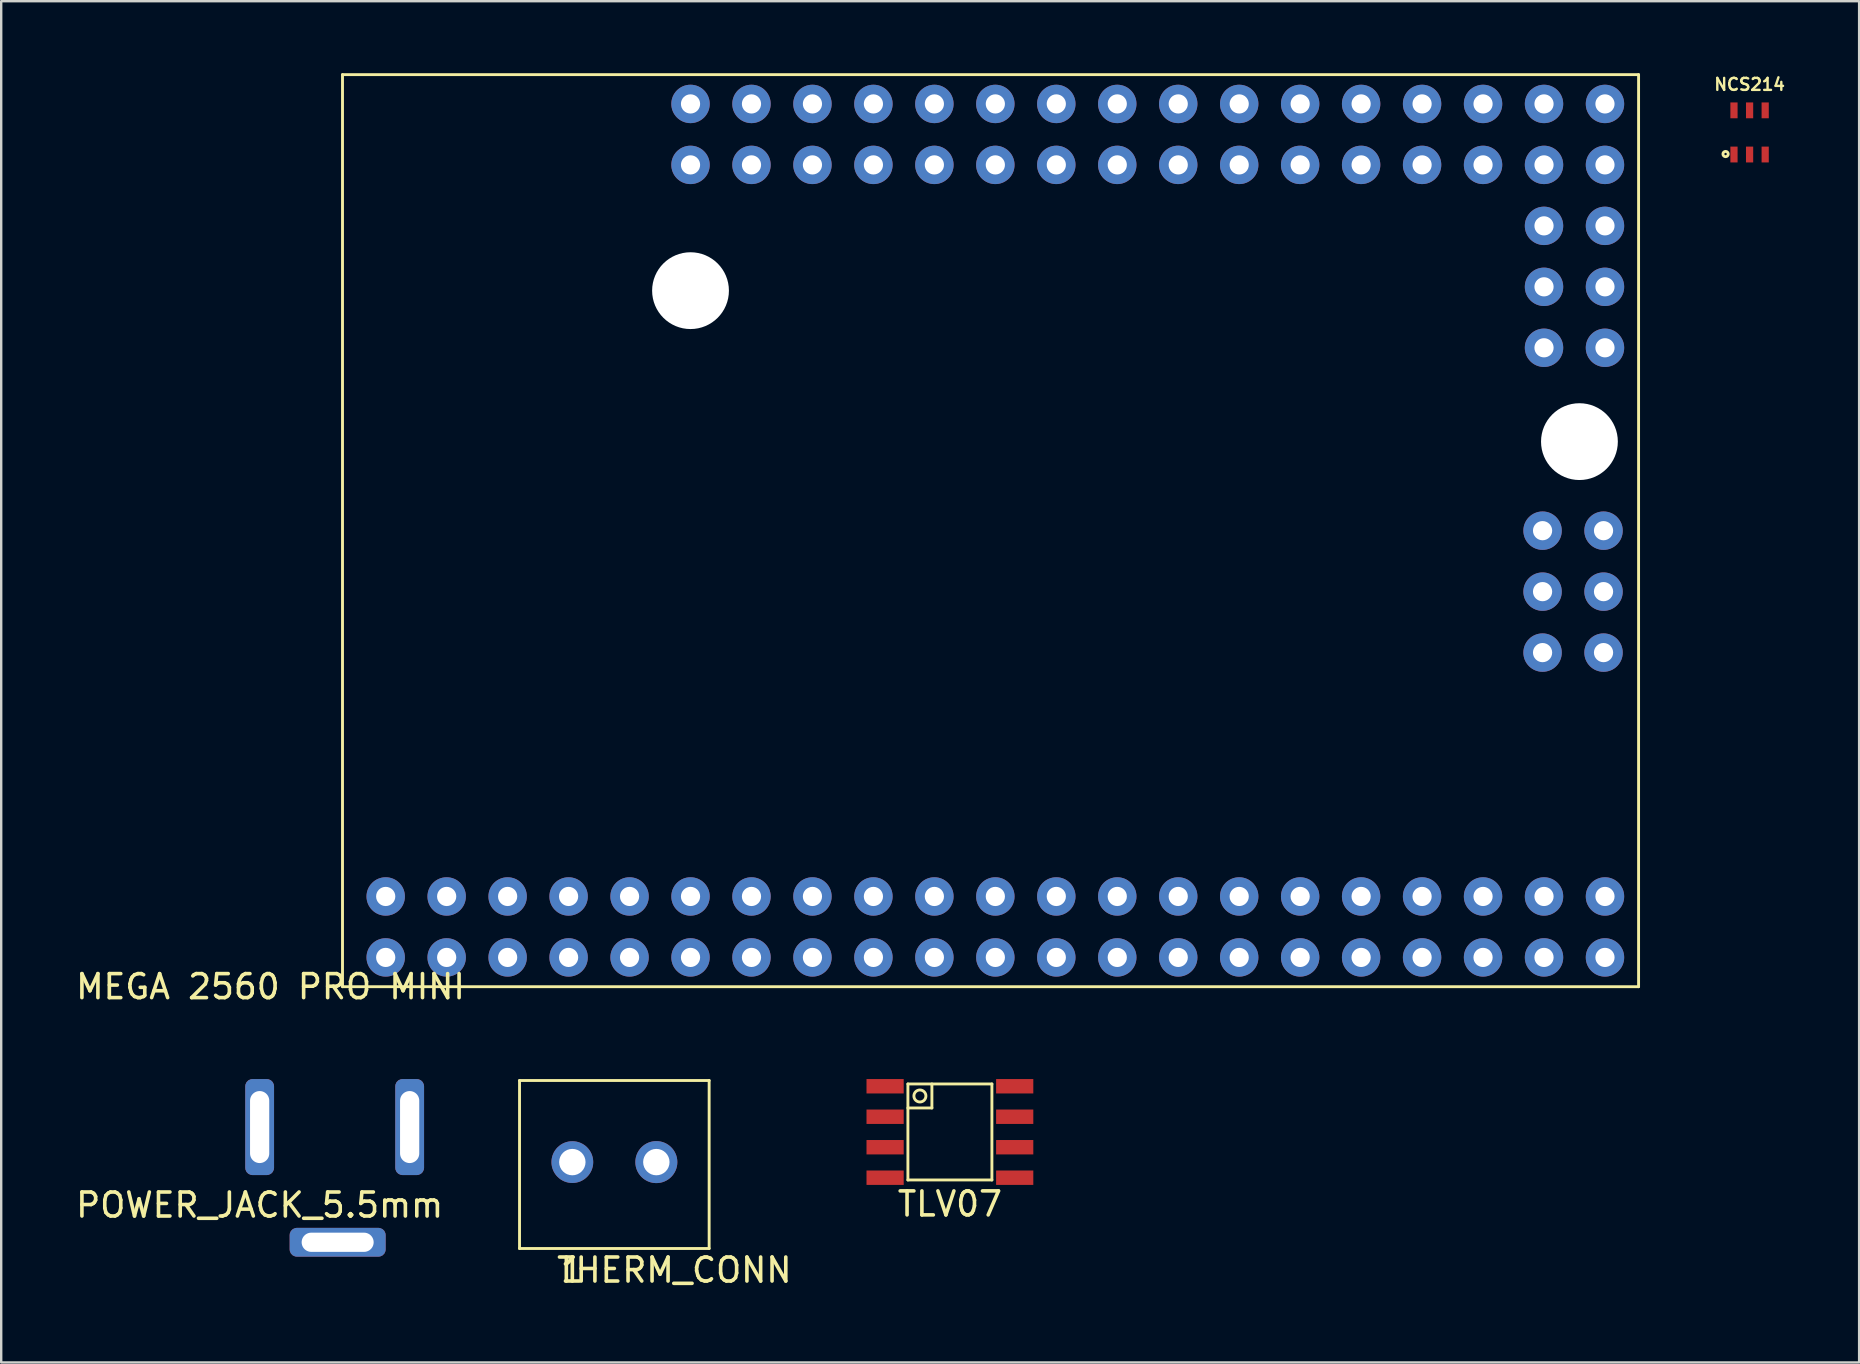
<source format=kicad_pcb>
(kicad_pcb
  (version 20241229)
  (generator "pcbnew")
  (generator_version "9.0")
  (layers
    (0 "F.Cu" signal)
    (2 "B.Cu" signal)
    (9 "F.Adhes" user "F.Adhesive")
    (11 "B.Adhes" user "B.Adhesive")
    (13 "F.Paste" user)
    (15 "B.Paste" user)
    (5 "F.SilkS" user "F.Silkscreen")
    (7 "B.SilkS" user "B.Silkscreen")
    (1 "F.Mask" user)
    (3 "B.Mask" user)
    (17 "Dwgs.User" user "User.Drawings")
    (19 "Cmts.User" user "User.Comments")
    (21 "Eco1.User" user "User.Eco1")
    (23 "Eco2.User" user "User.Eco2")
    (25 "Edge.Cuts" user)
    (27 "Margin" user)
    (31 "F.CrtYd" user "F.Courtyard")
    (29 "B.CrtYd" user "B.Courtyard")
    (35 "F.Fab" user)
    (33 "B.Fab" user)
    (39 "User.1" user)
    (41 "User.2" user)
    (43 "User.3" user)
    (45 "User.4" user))
  (footprint "NCS214"
    (layer "F.Cu")
    (at 69.845 2.468)
    (property "Reference" "NCS214" (at 0 -2 0) (layer "F.SilkS") (effects (font (size 0.5 0.5) (thickness 0.1))))
    (attr through_hole)
    (fp_circle (center -1 0.9) (end -0.95 0.9) (stroke (width 0.12) (type solid)) (fill no) (layer "F.SilkS"))
    (pad "1" smd rect (at -0.65 0.92) (size 0.3 0.66) (layers "F.Cu" "F.Mask" "F.Paste"))
    (pad "2" smd rect (at 0 0.92) (size 0.3 0.66) (layers "F.Cu" "F.Mask" "F.Paste"))
    (pad "3" smd rect (at 0.65 0.92) (size 0.3 0.66) (layers "F.Cu" "F.Mask" "F.Paste"))
    (pad "4" smd rect (at 0.65 -0.92) (size 0.3 0.66) (layers "F.Cu" "F.Mask" "F.Paste"))
    (pad "5" smd rect (at 0 -0.92) (size 0.3 0.66) (layers "F.Cu" "F.Mask" "F.Paste"))
    (pad "6" smd rect (at -0.65 -0.92) (size 0.3 0.66) (layers "F.Cu" "F.Mask" "F.Paste")))
  (footprint "POWER_JACK_5.5mm"
    (layer "F.Cu")
    (at 7.768 43.908)
    (property "Reference" "POWER_JACK_5.5mm" (at 0 3.25 0) (layer "F.SilkS") (effects (font (size 1 1) (thickness 0.15))))
    (attr through_hole)
    (pad "1" thru_hole roundrect (at 6.25 0 90) (size 4 1.2) (drill oval 3 0.8) (layers "*.Cu" "*.Mask") (roundrect_rratio 0.25))
    (pad "2" thru_hole roundrect (at 0 0 90) (size 4 1.2) (drill oval 3 0.8) (layers "*.Cu" "*.Mask") (roundrect_rratio 0.25))
    (pad "2" thru_hole roundrect (at 3.25 4.8) (size 4 1.2) (drill oval 3 0.8) (layers "*.Cu" "*.Mask") (roundrect_rratio 0.25)))
  (footprint "MEGA 2560 PRO MINI"
    (layer "F.Cu")
    (at 11.22 38.06)
    (property "Reference" "MEGA 2560 PRO MINI" (at -3 0 0) (layer "F.SilkS") (effects (font (size 1 1) (thickness 0.15))))
    (attr through_hole)
    (fp_line (start 0 -38) (end 54 -38) (stroke (width 0.12) (type solid)) (layer "F.SilkS"))
    (fp_line (start 0 0) (end 0 -38) (stroke (width 0.12) (type solid)) (layer "F.SilkS"))
    (fp_line (start 54 -38) (end 54 0) (stroke (width 0.12) (type solid)) (layer "F.SilkS"))
    (fp_line (start 54 0) (end 0 0) (stroke (width 0.12) (type solid)) (layer "F.SilkS"))
    (pad "" np_thru_hole circle (at 14.5 -29) (size 3.2 3.2) (drill 3.2) (layers "*.Cu" "*.Mask"))
    (pad "" np_thru_hole circle (at 51.536 -22.71) (size 3.2 3.2) (drill 3.2) (layers "*.Cu" "*.Mask"))
    (pad "1" thru_hole circle (at 1.8 -3.76) (size 1.6 1.6) (drill 0.8) (layers "*.Cu" "*.Mask"))
    (pad "2" thru_hole circle (at 1.8 -1.22) (size 1.6 1.6) (drill 0.8) (layers "*.Cu" "*.Mask"))
    (pad "3" thru_hole circle (at 4.34 -3.76) (size 1.6 1.6) (drill 0.8) (layers "*.Cu" "*.Mask"))
    (pad "4" thru_hole circle (at 4.34 -1.22) (size 1.6 1.6) (drill 0.8) (layers "*.Cu" "*.Mask"))
    (pad "5" thru_hole circle (at 6.88 -3.76) (size 1.6 1.6) (drill 0.8) (layers "*.Cu" "*.Mask"))
    (pad "6" thru_hole circle (at 6.88 -1.22) (size 1.6 1.6) (drill 0.8) (layers "*.Cu" "*.Mask"))
    (pad "7" thru_hole circle (at 9.42 -3.76) (size 1.6 1.6) (drill 0.8) (layers "*.Cu" "*.Mask"))
    (pad "8" thru_hole circle (at 9.42 -1.22) (size 1.6 1.6) (drill 0.8) (layers "*.Cu" "*.Mask"))
    (pad "9" thru_hole circle (at 11.96 -3.76) (size 1.6 1.6) (drill 0.8) (layers "*.Cu" "*.Mask"))
    (pad "10" thru_hole circle (at 11.96 -1.22) (size 1.6 1.6) (drill 0.8) (layers "*.Cu" "*.Mask"))
    (pad "11" thru_hole circle (at 14.5 -3.76) (size 1.6 1.6) (drill 0.8) (layers "*.Cu" "*.Mask"))
    (pad "12" thru_hole circle (at 14.5 -1.22) (size 1.6 1.6) (drill 0.8) (layers "*.Cu" "*.Mask"))
    (pad "13" thru_hole circle (at 17.04 -3.76) (size 1.6 1.6) (drill 0.8) (layers "*.Cu" "*.Mask"))
    (pad "14" thru_hole circle (at 17.04 -1.22) (size 1.6 1.6) (drill 0.8) (layers "*.Cu" "*.Mask"))
    (pad "15" thru_hole circle (at 19.58 -3.76) (size 1.6 1.6) (drill 0.8) (layers "*.Cu" "*.Mask"))
    (pad "16" thru_hole circle (at 19.58 -1.22) (size 1.6 1.6) (drill 0.8) (layers "*.Cu" "*.Mask"))
    (pad "17" thru_hole circle (at 22.12 -3.76) (size 1.6 1.6) (drill 0.8) (layers "*.Cu" "*.Mask"))
    (pad "18" thru_hole circle (at 22.12 -1.22) (size 1.6 1.6) (drill 0.8) (layers "*.Cu" "*.Mask"))
    (pad "19" thru_hole circle (at 24.66 -3.76) (size 1.6 1.6) (drill 0.8) (layers "*.Cu" "*.Mask"))
    (pad "20" thru_hole circle (at 24.66 -1.22) (size 1.6 1.6) (drill 0.8) (layers "*.Cu" "*.Mask"))
    (pad "21" thru_hole circle (at 27.2 -3.76) (size 1.6 1.6) (drill 0.8) (layers "*.Cu" "*.Mask"))
    (pad "22" thru_hole circle (at 27.2 -1.22) (size 1.6 1.6) (drill 0.8) (layers "*.Cu" "*.Mask"))
    (pad "23" thru_hole circle (at 29.74 -3.76) (size 1.6 1.6) (drill 0.8) (layers "*.Cu" "*.Mask"))
    (pad "24" thru_hole circle (at 29.74 -1.22) (size 1.6 1.6) (drill 0.8) (layers "*.Cu" "*.Mask"))
    (pad "25" thru_hole circle (at 32.28 -3.76) (size 1.6 1.6) (drill 0.8) (layers "*.Cu" "*.Mask"))
    (pad "26" thru_hole circle (at 32.28 -1.22) (size 1.6 1.6) (drill 0.8) (layers "*.Cu" "*.Mask"))
    (pad "27" thru_hole circle (at 34.82 -3.76) (size 1.6 1.6) (drill 0.8) (layers "*.Cu" "*.Mask"))
    (pad "28" thru_hole circle (at 34.82 -1.22) (size 1.6 1.6) (drill 0.8) (layers "*.Cu" "*.Mask"))
    (pad "29" thru_hole circle (at 37.36 -3.76) (size 1.6 1.6) (drill 0.8) (layers "*.Cu" "*.Mask"))
    (pad "30" thru_hole circle (at 37.36 -1.22) (size 1.6 1.6) (drill 0.8) (layers "*.Cu" "*.Mask"))
    (pad "31" thru_hole circle (at 39.9 -3.76) (size 1.6 1.6) (drill 0.8) (layers "*.Cu" "*.Mask"))
    (pad "32" thru_hole circle (at 39.9 -1.22) (size 1.6 1.6) (drill 0.8) (layers "*.Cu" "*.Mask"))
    (pad "33" thru_hole circle (at 42.44 -3.76) (size 1.6 1.6) (drill 0.8) (layers "*.Cu" "*.Mask"))
    (pad "34" thru_hole circle (at 42.44 -1.22) (size 1.6 1.6) (drill 0.8) (layers "*.Cu" "*.Mask"))
    (pad "35" thru_hole circle (at 44.98 -3.76) (size 1.6 1.6) (drill 0.8) (layers "*.Cu" "*.Mask"))
    (pad "36" thru_hole circle (at 44.98 -1.22) (size 1.6 1.6) (drill 0.8) (layers "*.Cu" "*.Mask"))
    (pad "37" thru_hole circle (at 47.52 -3.76) (size 1.6 1.6) (drill 0.8) (layers "*.Cu" "*.Mask"))
    (pad "38" thru_hole circle (at 47.52 -1.22) (size 1.6 1.6) (drill 0.8) (layers "*.Cu" "*.Mask"))
    (pad "39" thru_hole circle (at 50.06 -3.76) (size 1.6 1.6) (drill 0.8) (layers "*.Cu" "*.Mask"))
    (pad "40" thru_hole circle (at 50.06 -1.22) (size 1.6 1.6) (drill 0.8) (layers "*.Cu" "*.Mask"))
    (pad "41" thru_hole circle (at 52.6 -3.76) (size 1.6 1.6) (drill 0.8) (layers "*.Cu" "*.Mask"))
    (pad "42" thru_hole circle (at 52.6 -1.22) (size 1.6 1.6) (drill 0.8) (layers "*.Cu" "*.Mask"))
    (pad "43" thru_hole circle (at 14.5 -36.78) (size 1.6 1.6) (drill 0.8) (layers "*.Cu" "*.Mask"))
    (pad "44" thru_hole circle (at 14.5 -34.24) (size 1.6 1.6) (drill 0.8) (layers "*.Cu" "*.Mask"))
    (pad "45" thru_hole circle (at 17.04 -36.78) (size 1.6 1.6) (drill 0.8) (layers "*.Cu" "*.Mask"))
    (pad "46" thru_hole circle (at 17.04 -34.24) (size 1.6 1.6) (drill 0.8) (layers "*.Cu" "*.Mask"))
    (pad "47" thru_hole circle (at 19.58 -36.78) (size 1.6 1.6) (drill 0.8) (layers "*.Cu" "*.Mask"))
    (pad "48" thru_hole circle (at 19.58 -34.24) (size 1.6 1.6) (drill 0.8) (layers "*.Cu" "*.Mask"))
    (pad "49" thru_hole circle (at 22.12 -36.78) (size 1.6 1.6) (drill 0.8) (layers "*.Cu" "*.Mask"))
    (pad "50" thru_hole circle (at 22.12 -34.24) (size 1.6 1.6) (drill 0.8) (layers "*.Cu" "*.Mask"))
    (pad "51" thru_hole circle (at 24.66 -36.78) (size 1.6 1.6) (drill 0.8) (layers "*.Cu" "*.Mask"))
    (pad "52" thru_hole circle (at 24.66 -34.24) (size 1.6 1.6) (drill 0.8) (layers "*.Cu" "*.Mask"))
    (pad "53" thru_hole circle (at 27.2 -36.78) (size 1.6 1.6) (drill 0.8) (layers "*.Cu" "*.Mask"))
    (pad "54" thru_hole circle (at 27.2 -34.24) (size 1.6 1.6) (drill 0.8) (layers "*.Cu" "*.Mask"))
    (pad "55" thru_hole circle (at 29.74 -36.78) (size 1.6 1.6) (drill 0.8) (layers "*.Cu" "*.Mask"))
    (pad "56" thru_hole circle (at 29.74 -34.24) (size 1.6 1.6) (drill 0.8) (layers "*.Cu" "*.Mask"))
    (pad "57" thru_hole circle (at 32.28 -36.78) (size 1.6 1.6) (drill 0.8) (layers "*.Cu" "*.Mask"))
    (pad "58" thru_hole circle (at 32.28 -34.24) (size 1.6 1.6) (drill 0.8) (layers "*.Cu" "*.Mask"))
    (pad "59" thru_hole circle (at 34.82 -36.78) (size 1.6 1.6) (drill 0.8) (layers "*.Cu" "*.Mask"))
    (pad "60" thru_hole circle (at 34.82 -34.24) (size 1.6 1.6) (drill 0.8) (layers "*.Cu" "*.Mask"))
    (pad "61" thru_hole circle (at 37.36 -36.78) (size 1.6 1.6) (drill 0.8) (layers "*.Cu" "*.Mask"))
    (pad "62" thru_hole circle (at 37.36 -34.24) (size 1.6 1.6) (drill 0.8) (layers "*.Cu" "*.Mask"))
    (pad "63" thru_hole circle (at 39.9 -36.78) (size 1.6 1.6) (drill 0.8) (layers "*.Cu" "*.Mask"))
    (pad "64" thru_hole circle (at 39.9 -34.24) (size 1.6 1.6) (drill 0.8) (layers "*.Cu" "*.Mask"))
    (pad "65" thru_hole circle (at 42.44 -36.78) (size 1.6 1.6) (drill 0.8) (layers "*.Cu" "*.Mask"))
    (pad "66" thru_hole circle (at 42.44 -34.24) (size 1.6 1.6) (drill 0.8) (layers "*.Cu" "*.Mask"))
    (pad "67" thru_hole circle (at 44.98 -36.78) (size 1.6 1.6) (drill 0.8) (layers "*.Cu" "*.Mask"))
    (pad "68" thru_hole circle (at 44.98 -34.24) (size 1.6 1.6) (drill 0.8) (layers "*.Cu" "*.Mask"))
    (pad "69" thru_hole circle (at 47.52 -36.78) (size 1.6 1.6) (drill 0.8) (layers "*.Cu" "*.Mask"))
    (pad "70" thru_hole circle (at 47.52 -34.24) (size 1.6 1.6) (drill 0.8) (layers "*.Cu" "*.Mask"))
    (pad "71" thru_hole circle (at 50.06 -36.78) (size 1.6 1.6) (drill 0.8) (layers "*.Cu" "*.Mask"))
    (pad "72" thru_hole circle (at 50.06 -34.24) (size 1.6 1.6) (drill 0.8) (layers "*.Cu" "*.Mask"))
    (pad "73" thru_hole circle (at 52.6 -36.78) (size 1.6 1.6) (drill 0.8) (layers "*.Cu" "*.Mask"))
    (pad "74" thru_hole circle (at 52.6 -34.24) (size 1.6 1.6) (drill 0.8) (layers "*.Cu" "*.Mask"))
    (pad "75" thru_hole circle (at 52.6 -31.7) (size 1.6 1.6) (drill 0.8) (layers "*.Cu" "*.Mask"))
    (pad "76" thru_hole circle (at 50.06 -31.7) (size 1.6 1.6) (drill 0.8) (layers "*.Cu" "*.Mask"))
    (pad "77" thru_hole circle (at 52.6 -29.16) (size 1.6 1.6) (drill 0.8) (layers "*.Cu" "*.Mask"))
    (pad "78" thru_hole circle (at 50.06 -29.16) (size 1.6 1.6) (drill 0.8) (layers "*.Cu" "*.Mask"))
    (pad "79" thru_hole circle (at 52.6 -26.62) (size 1.6 1.6) (drill 0.8) (layers "*.Cu" "*.Mask"))
    (pad "80" thru_hole circle (at 50.06 -26.62) (size 1.6 1.6) (drill 0.8) (layers "*.Cu" "*.Mask"))
    (pad "81" thru_hole circle (at 52.54 -19) (size 1.6 1.6) (drill 0.8) (layers "*.Cu" "*.Mask"))
    (pad "82" thru_hole circle (at 50 -19) (size 1.6 1.6) (drill 0.8) (layers "*.Cu" "*.Mask"))
    (pad "83" thru_hole circle (at 52.54 -16.46) (size 1.6 1.6) (drill 0.8) (layers "*.Cu" "*.Mask"))
    (pad "84" thru_hole circle (at 50 -16.46) (size 1.6 1.6) (drill 0.8) (layers "*.Cu" "*.Mask"))
    (pad "85" thru_hole circle (at 52.54 -13.92) (size 1.6 1.6) (drill 0.8) (layers "*.Cu" "*.Mask"))
    (pad "86" thru_hole circle (at 50 -13.92) (size 1.6 1.6) (drill 0.8) (layers "*.Cu" "*.Mask")))
  (footprint "TLV07"
    (layer "F.Cu")
    (at 36.527 44.113)
    (property "Reference" "TLV07" (at 0 3 0) (layer "F.SilkS") (effects (font (size 1 1) (thickness 0.15))))
    (attr through_hole)
    (fp_line (start -1.75 -2) (end -1.75 2) (stroke (width 0.12) (type solid)) (layer "F.SilkS"))
    (fp_line (start -1.75 -1) (end -0.75 -1) (stroke (width 0.12) (type solid)) (layer "F.SilkS"))
    (fp_line (start -1.75 2) (end 1.75 2) (stroke (width 0.12) (type solid)) (layer "F.SilkS"))
    (fp_line (start -0.75 -1) (end -0.75 -2) (stroke (width 0.12) (type solid)) (layer "F.SilkS"))
    (fp_line (start 1.75 -2) (end -1.75 -2) (stroke (width 0.12) (type solid)) (layer "F.SilkS"))
    (fp_line (start 1.75 2) (end 1.75 -2) (stroke (width 0.12) (type solid)) (layer "F.SilkS"))
    (fp_circle (center -1.25 -1.5) (end -1.5 -1.5) (stroke (width 0.12) (type solid)) (fill no) (layer "F.SilkS"))
    (pad "1" smd rect (at -2.7 -1.905) (size 1.55 0.6) (layers "F.Cu" "F.Mask" "F.Paste"))
    (pad "2" smd rect (at -2.7 -0.635) (size 1.55 0.6) (layers "F.Cu" "F.Mask" "F.Paste"))
    (pad "3" smd rect (at -2.7 0.635) (size 1.55 0.6) (layers "F.Cu" "F.Mask" "F.Paste"))
    (pad "4" smd rect (at -2.7 1.905) (size 1.55 0.6) (layers "F.Cu" "F.Mask" "F.Paste"))
    (pad "5" smd rect (at 2.7 1.905) (size 1.55 0.6) (layers "F.Cu" "F.Mask" "F.Paste"))
    (pad "6" smd rect (at 2.7 0.635) (size 1.55 0.6) (layers "F.Cu" "F.Mask" "F.Paste"))
    (pad "7" smd rect (at 2.7 -0.635) (size 1.55 0.6) (layers "F.Cu" "F.Mask" "F.Paste"))
    (pad "8" smd rect (at 2.7 -1.905) (size 1.55 0.6) (layers "F.Cu" "F.Mask" "F.Paste")))
  (footprint "THERM_CONN"
    (layer "F.Cu")
    (at 22.546 45.368)
    (property "Reference" "THERM_CONN" (at 2.5 4.5 0) (layer "F.SilkS") (effects (font (size 1 1) (thickness 0.15))))
    (attr through_hole)
    (fp_line (start -3.95 -3.4) (end -3.95 3.6) (stroke (width 0.12) (type solid)) (layer "F.SilkS"))
    (fp_line (start -3.95 -3.4) (end 3.95 -3.4) (stroke (width 0.12) (type solid)) (layer "F.SilkS"))
    (fp_line (start -3.95 3.6) (end 3.95 3.6) (stroke (width 0.12) (type solid)) (layer "F.SilkS"))
    (fp_line (start 3.95 -3.4) (end 3.95 3.6) (stroke (width 0.12) (type solid)) (layer "F.SilkS"))
    (fp_text user "1" (at -1.75 4.5 0) (layer "F.SilkS") (effects (font (size 1 1) (thickness 0.15))))
    (pad "1" thru_hole circle (at -1.75 0) (size 1.74 1.74) (drill 1.1) (layers "*.Cu" "*.Mask"))
    (pad "2" thru_hole circle (at 1.75 0) (size 1.75 1.75) (drill 1.1) (layers "*.Cu" "*.Mask")))
  (gr_rect
    (start -3 -3)
    (end 74.409 53.717)
    (stroke (width 0.1) (type default))
    (fill no)
    (layer "Edge.Cuts")))
</source>
